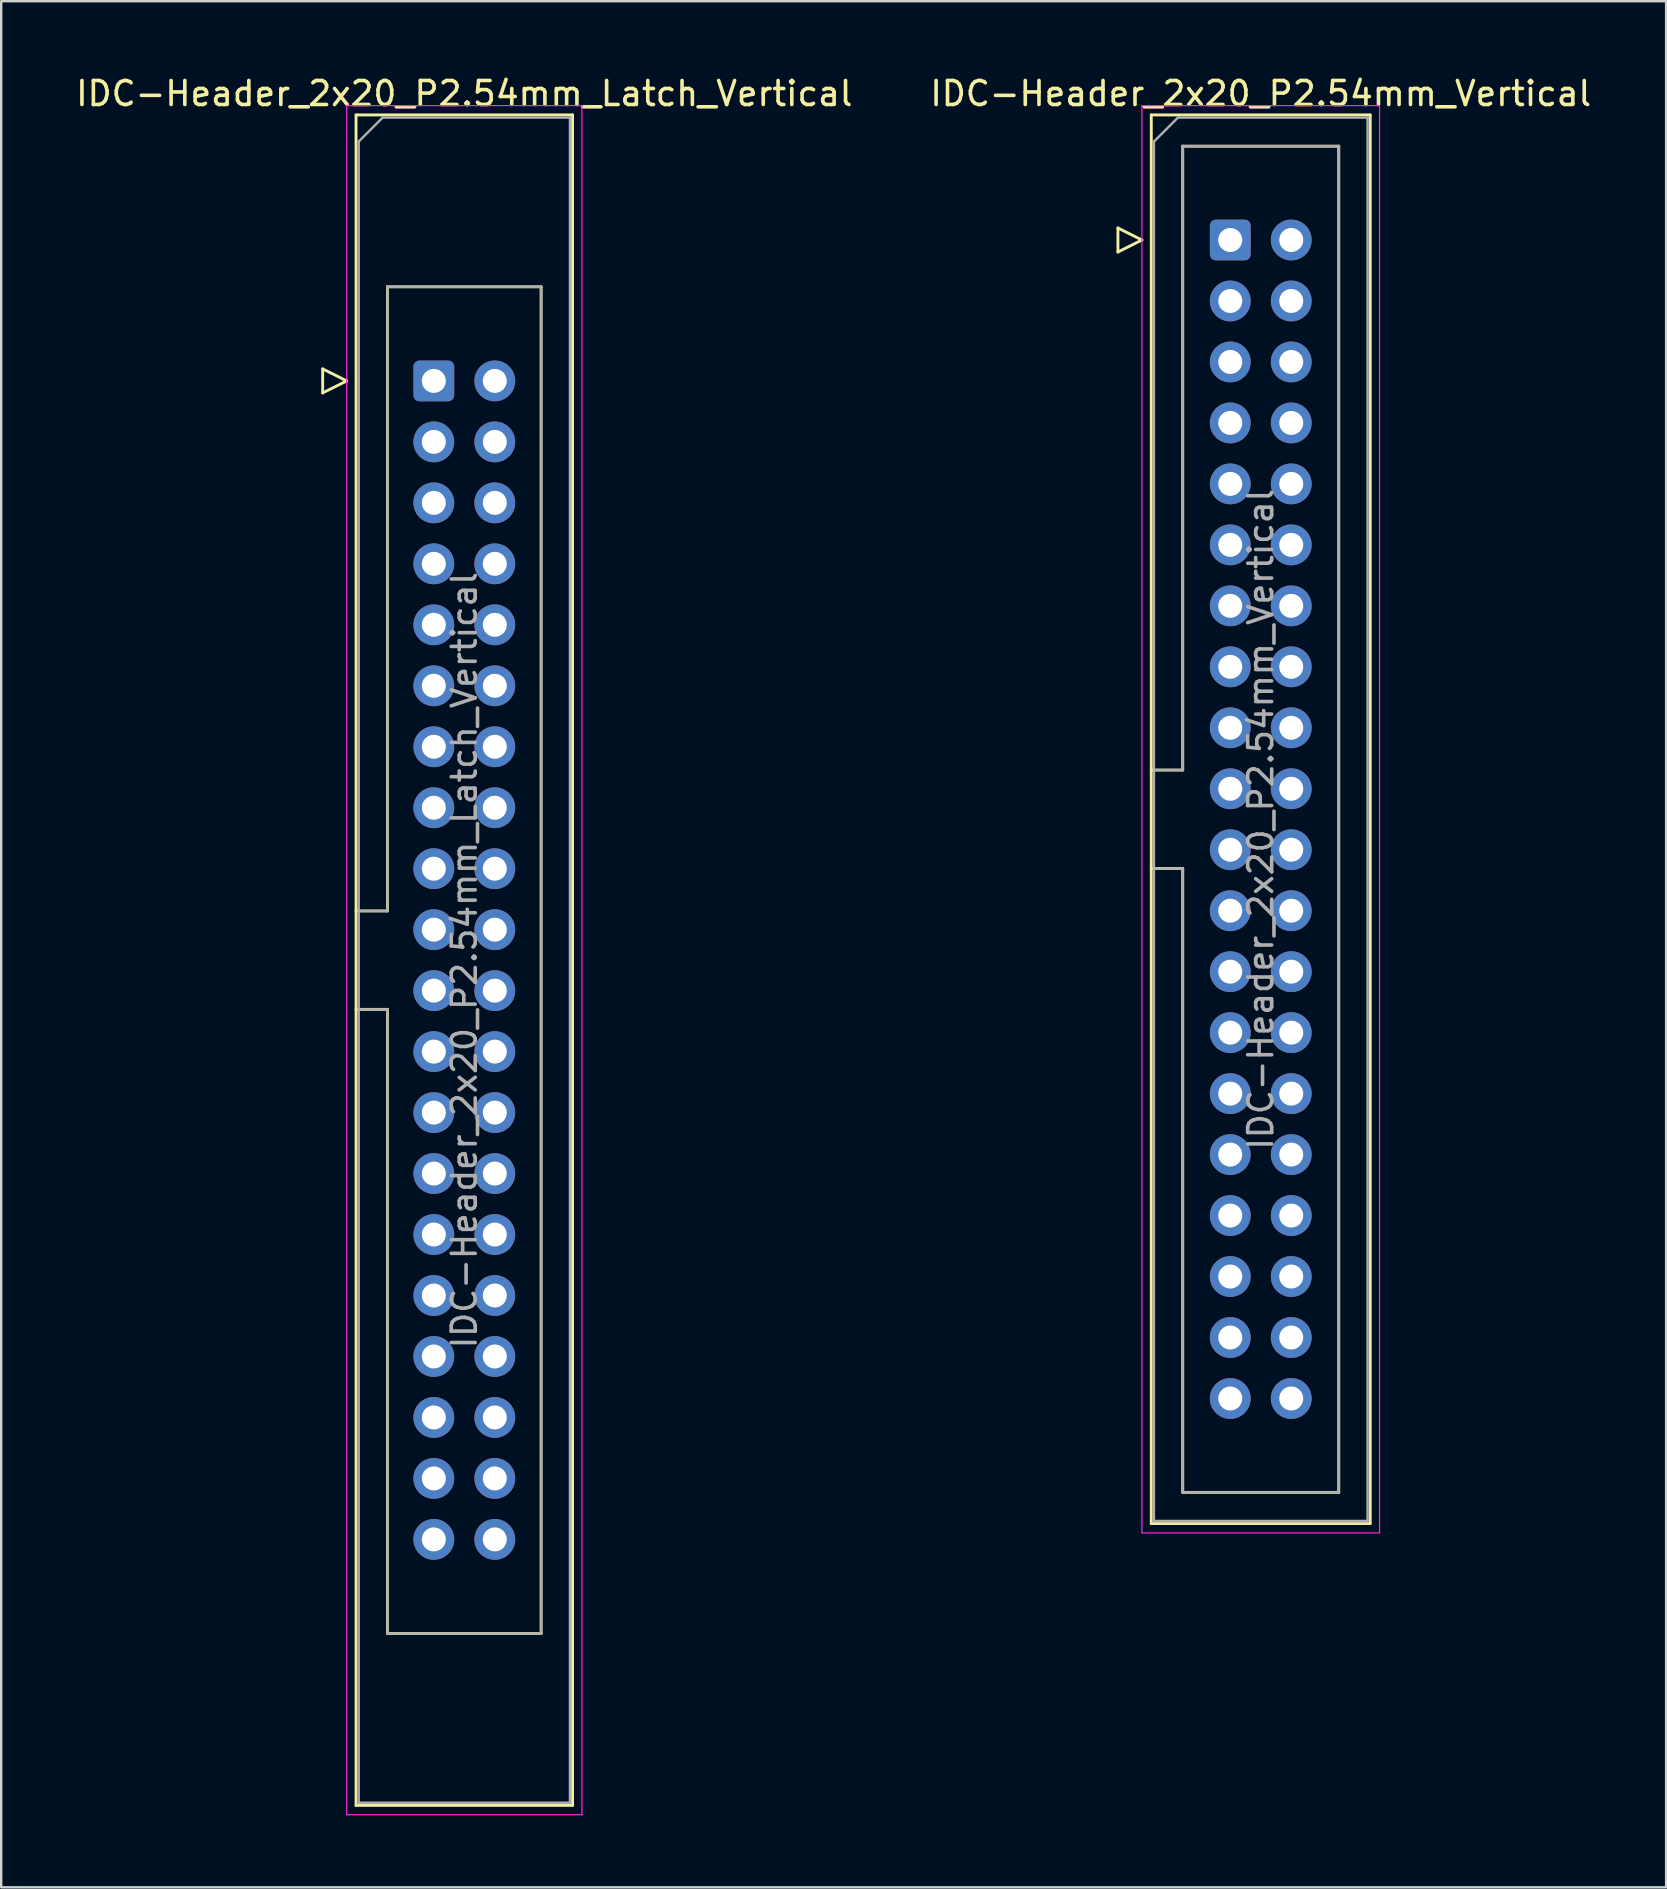
<source format=kicad_pcb>
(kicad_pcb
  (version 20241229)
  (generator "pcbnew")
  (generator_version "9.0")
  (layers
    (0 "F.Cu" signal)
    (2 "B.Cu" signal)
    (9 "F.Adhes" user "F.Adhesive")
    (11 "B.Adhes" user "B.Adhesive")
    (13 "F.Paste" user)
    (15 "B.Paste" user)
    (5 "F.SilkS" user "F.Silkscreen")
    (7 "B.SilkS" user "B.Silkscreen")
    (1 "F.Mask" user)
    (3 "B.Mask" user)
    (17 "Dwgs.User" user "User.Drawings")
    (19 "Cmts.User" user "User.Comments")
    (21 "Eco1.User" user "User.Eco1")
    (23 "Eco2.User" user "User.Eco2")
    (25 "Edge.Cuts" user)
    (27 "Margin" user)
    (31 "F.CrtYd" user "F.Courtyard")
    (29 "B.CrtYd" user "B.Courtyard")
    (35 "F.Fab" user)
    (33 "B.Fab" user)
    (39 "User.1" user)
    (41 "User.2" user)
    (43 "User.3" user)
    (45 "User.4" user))
  (footprint "IDC-Header_2x20_P2.54mm_Vertical"
    (layer "F.Cu")
    (at 48.2 6.948)
    (property "Reference" "IDC-Header_2x20_P2.54mm_Vertical" (at 1.27 -6.1 0) (layer "F.SilkS") (effects (font (size 1 1) (thickness 0.15))))
    (attr through_hole)
    (fp_line (start -4.68 -0.5) (end -4.68 0.5) (stroke (width 0.12) (type solid)) (layer "F.SilkS"))
    (fp_line (start -4.68 0.5) (end -3.68 0) (stroke (width 0.12) (type solid)) (layer "F.SilkS"))
    (fp_line (start -3.68 0) (end -4.68 -0.5) (stroke (width 0.12) (type solid)) (layer "F.SilkS"))
    (fp_line (start -3.29 -5.21) (end 5.83 -5.21) (stroke (width 0.12) (type solid)) (layer "F.SilkS"))
    (fp_line (start -3.29 22.08) (end -1.98 22.08) (stroke (width 0.12) (type solid)) (layer "F.SilkS"))
    (fp_line (start -3.29 53.47) (end -3.29 -5.21) (stroke (width 0.12) (type solid)) (layer "F.SilkS"))
    (fp_line (start -1.98 -3.91) (end 4.52 -3.91) (stroke (width 0.12) (type solid)) (layer "F.SilkS"))
    (fp_line (start -1.98 22.08) (end -1.98 -3.91) (stroke (width 0.12) (type solid)) (layer "F.SilkS"))
    (fp_line (start -1.98 26.18) (end -3.29 26.18) (stroke (width 0.12) (type solid)) (layer "F.SilkS"))
    (fp_line (start -1.98 52.17) (end -1.98 26.18) (stroke (width 0.12) (type solid)) (layer "F.SilkS"))
    (fp_line (start 4.52 -3.91) (end 4.52 52.17) (stroke (width 0.12) (type solid)) (layer "F.SilkS"))
    (fp_line (start 4.52 52.17) (end -1.98 52.17) (stroke (width 0.12) (type solid)) (layer "F.SilkS"))
    (fp_line (start 5.83 -5.21) (end 5.83 53.47) (stroke (width 0.12) (type solid)) (layer "F.SilkS"))
    (fp_line (start 5.83 53.47) (end -3.29 53.47) (stroke (width 0.12) (type solid)) (layer "F.SilkS"))
    (fp_line (start -3.68 -5.6) (end -3.68 53.86) (stroke (width 0.05) (type solid)) (layer "F.CrtYd"))
    (fp_line (start -3.68 53.86) (end 6.22 53.86) (stroke (width 0.05) (type solid)) (layer "F.CrtYd"))
    (fp_line (start 6.22 -5.6) (end -3.68 -5.6) (stroke (width 0.05) (type solid)) (layer "F.CrtYd"))
    (fp_line (start 6.22 53.86) (end 6.22 -5.6) (stroke (width 0.05) (type solid)) (layer "F.CrtYd"))
    (fp_line (start -3.18 -4.1) (end -2.18 -5.1) (stroke (width 0.1) (type solid)) (layer "F.Fab"))
    (fp_line (start -3.18 22.08) (end -1.98 22.08) (stroke (width 0.1) (type solid)) (layer "F.Fab"))
    (fp_line (start -3.18 53.36) (end -3.18 -4.1) (stroke (width 0.1) (type solid)) (layer "F.Fab"))
    (fp_line (start -2.18 -5.1) (end 5.72 -5.1) (stroke (width 0.1) (type solid)) (layer "F.Fab"))
    (fp_line (start -1.98 -3.91) (end 4.52 -3.91) (stroke (width 0.1) (type solid)) (layer "F.Fab"))
    (fp_line (start -1.98 22.08) (end -1.98 -3.91) (stroke (width 0.1) (type solid)) (layer "F.Fab"))
    (fp_line (start -1.98 26.18) (end -3.18 26.18) (stroke (width 0.1) (type solid)) (layer "F.Fab"))
    (fp_line (start -1.98 52.17) (end -1.98 26.18) (stroke (width 0.1) (type solid)) (layer "F.Fab"))
    (fp_line (start 4.52 -3.91) (end 4.52 52.17) (stroke (width 0.1) (type solid)) (layer "F.Fab"))
    (fp_line (start 4.52 52.17) (end -1.98 52.17) (stroke (width 0.1) (type solid)) (layer "F.Fab"))
    (fp_line (start 5.72 -5.1) (end 5.72 53.36) (stroke (width 0.1) (type solid)) (layer "F.Fab"))
    (fp_line (start 5.72 53.36) (end -3.18 53.36) (stroke (width 0.1) (type solid)) (layer "F.Fab"))
    (fp_text user "${REFERENCE}" (at 1.27 24.13 90) (layer "F.Fab") (effects (font (size 1 1) (thickness 0.15))))
    (pad "1" thru_hole roundrect (at 0 0) (size 1.7 1.7) (drill 1) (layers "*.Cu" "*.Mask") (roundrect_rratio 0.147))
    (pad "2" thru_hole circle (at 2.54 0) (size 1.7 1.7) (drill 1) (layers "*.Cu" "*.Mask"))
    (pad "3" thru_hole circle (at 0 2.54) (size 1.7 1.7) (drill 1) (layers "*.Cu" "*.Mask"))
    (pad "4" thru_hole circle (at 2.54 2.54) (size 1.7 1.7) (drill 1) (layers "*.Cu" "*.Mask"))
    (pad "5" thru_hole circle (at 0 5.08) (size 1.7 1.7) (drill 1) (layers "*.Cu" "*.Mask"))
    (pad "6" thru_hole circle (at 2.54 5.08) (size 1.7 1.7) (drill 1) (layers "*.Cu" "*.Mask"))
    (pad "7" thru_hole circle (at 0 7.62) (size 1.7 1.7) (drill 1) (layers "*.Cu" "*.Mask"))
    (pad "8" thru_hole circle (at 2.54 7.62) (size 1.7 1.7) (drill 1) (layers "*.Cu" "*.Mask"))
    (pad "9" thru_hole circle (at 0 10.16) (size 1.7 1.7) (drill 1) (layers "*.Cu" "*.Mask"))
    (pad "10" thru_hole circle (at 2.54 10.16) (size 1.7 1.7) (drill 1) (layers "*.Cu" "*.Mask"))
    (pad "11" thru_hole circle (at 0 12.7) (size 1.7 1.7) (drill 1) (layers "*.Cu" "*.Mask"))
    (pad "12" thru_hole circle (at 2.54 12.7) (size 1.7 1.7) (drill 1) (layers "*.Cu" "*.Mask"))
    (pad "13" thru_hole circle (at 0 15.24) (size 1.7 1.7) (drill 1) (layers "*.Cu" "*.Mask"))
    (pad "14" thru_hole circle (at 2.54 15.24) (size 1.7 1.7) (drill 1) (layers "*.Cu" "*.Mask"))
    (pad "15" thru_hole circle (at 0 17.78) (size 1.7 1.7) (drill 1) (layers "*.Cu" "*.Mask"))
    (pad "16" thru_hole circle (at 2.54 17.78) (size 1.7 1.7) (drill 1) (layers "*.Cu" "*.Mask"))
    (pad "17" thru_hole circle (at 0 20.32) (size 1.7 1.7) (drill 1) (layers "*.Cu" "*.Mask"))
    (pad "18" thru_hole circle (at 2.54 20.32) (size 1.7 1.7) (drill 1) (layers "*.Cu" "*.Mask"))
    (pad "19" thru_hole circle (at 0 22.86) (size 1.7 1.7) (drill 1) (layers "*.Cu" "*.Mask"))
    (pad "20" thru_hole circle (at 2.54 22.86) (size 1.7 1.7) (drill 1) (layers "*.Cu" "*.Mask"))
    (pad "21" thru_hole circle (at 0 25.4) (size 1.7 1.7) (drill 1) (layers "*.Cu" "*.Mask"))
    (pad "22" thru_hole circle (at 2.54 25.4) (size 1.7 1.7) (drill 1) (layers "*.Cu" "*.Mask"))
    (pad "23" thru_hole circle (at 0 27.94) (size 1.7 1.7) (drill 1) (layers "*.Cu" "*.Mask"))
    (pad "24" thru_hole circle (at 2.54 27.94) (size 1.7 1.7) (drill 1) (layers "*.Cu" "*.Mask"))
    (pad "25" thru_hole circle (at 0 30.48) (size 1.7 1.7) (drill 1) (layers "*.Cu" "*.Mask"))
    (pad "26" thru_hole circle (at 2.54 30.48) (size 1.7 1.7) (drill 1) (layers "*.Cu" "*.Mask"))
    (pad "27" thru_hole circle (at 0 33.02) (size 1.7 1.7) (drill 1) (layers "*.Cu" "*.Mask"))
    (pad "28" thru_hole circle (at 2.54 33.02) (size 1.7 1.7) (drill 1) (layers "*.Cu" "*.Mask"))
    (pad "29" thru_hole circle (at 0 35.56) (size 1.7 1.7) (drill 1) (layers "*.Cu" "*.Mask"))
    (pad "30" thru_hole circle (at 2.54 35.56) (size 1.7 1.7) (drill 1) (layers "*.Cu" "*.Mask"))
    (pad "31" thru_hole circle (at 0 38.1) (size 1.7 1.7) (drill 1) (layers "*.Cu" "*.Mask"))
    (pad "32" thru_hole circle (at 2.54 38.1) (size 1.7 1.7) (drill 1) (layers "*.Cu" "*.Mask"))
    (pad "33" thru_hole circle (at 0 40.64) (size 1.7 1.7) (drill 1) (layers "*.Cu" "*.Mask"))
    (pad "34" thru_hole circle (at 2.54 40.64) (size 1.7 1.7) (drill 1) (layers "*.Cu" "*.Mask"))
    (pad "35" thru_hole circle (at 0 43.18) (size 1.7 1.7) (drill 1) (layers "*.Cu" "*.Mask"))
    (pad "36" thru_hole circle (at 2.54 43.18) (size 1.7 1.7) (drill 1) (layers "*.Cu" "*.Mask"))
    (pad "37" thru_hole circle (at 0 45.72) (size 1.7 1.7) (drill 1) (layers "*.Cu" "*.Mask"))
    (pad "38" thru_hole circle (at 2.54 45.72) (size 1.7 1.7) (drill 1) (layers "*.Cu" "*.Mask"))
    (pad "39" thru_hole circle (at 0 48.26) (size 1.7 1.7) (drill 1) (layers "*.Cu" "*.Mask"))
    (pad "40" thru_hole circle (at 2.54 48.26) (size 1.7 1.7) (drill 1) (layers "*.Cu" "*.Mask")))
  (footprint "IDC-Header_2x20_P2.54mm_Latch_Vertical"
    (layer "F.Cu")
    (at 15.022 12.818)
    (property "Reference" "IDC-Header_2x20_P2.54mm_Latch_Vertical" (at 1.27 -11.97 0) (layer "F.SilkS") (effects (font (size 1 1) (thickness 0.15))))
    (attr through_hole)
    (fp_line (start -4.63 -0.5) (end -4.63 0.5) (stroke (width 0.12) (type solid)) (layer "F.SilkS"))
    (fp_line (start -4.63 0.5) (end -3.63 0) (stroke (width 0.12) (type solid)) (layer "F.SilkS"))
    (fp_line (start -3.63 0) (end -4.63 -0.5) (stroke (width 0.12) (type solid)) (layer "F.SilkS"))
    (fp_line (start -3.24 -11.08) (end 5.78 -11.08) (stroke (width 0.12) (type solid)) (layer "F.SilkS"))
    (fp_line (start -3.24 22.08) (end -1.93 22.08) (stroke (width 0.12) (type solid)) (layer "F.SilkS"))
    (fp_line (start -3.24 59.34) (end -3.24 -11.08) (stroke (width 0.12) (type solid)) (layer "F.SilkS"))
    (fp_line (start -1.93 -3.92) (end 4.47 -3.92) (stroke (width 0.12) (type solid)) (layer "F.SilkS"))
    (fp_line (start -1.93 22.08) (end -1.93 -3.92) (stroke (width 0.12) (type solid)) (layer "F.SilkS"))
    (fp_line (start -1.93 26.18) (end -3.24 26.18) (stroke (width 0.12) (type solid)) (layer "F.SilkS"))
    (fp_line (start -1.93 52.18) (end -1.93 26.18) (stroke (width 0.12) (type solid)) (layer "F.SilkS"))
    (fp_line (start 4.47 -3.92) (end 4.47 52.18) (stroke (width 0.12) (type solid)) (layer "F.SilkS"))
    (fp_line (start 4.47 52.18) (end -1.93 52.18) (stroke (width 0.12) (type solid)) (layer "F.SilkS"))
    (fp_line (start 5.78 -11.08) (end 5.78 59.34) (stroke (width 0.12) (type solid)) (layer "F.SilkS"))
    (fp_line (start 5.78 59.34) (end -3.24 59.34) (stroke (width 0.12) (type solid)) (layer "F.SilkS"))
    (fp_line (start -3.63 -11.47) (end -3.63 59.73) (stroke (width 0.05) (type solid)) (layer "F.CrtYd"))
    (fp_line (start -3.63 59.73) (end 6.17 59.73) (stroke (width 0.05) (type solid)) (layer "F.CrtYd"))
    (fp_line (start 6.17 -11.47) (end -3.63 -11.47) (stroke (width 0.05) (type solid)) (layer "F.CrtYd"))
    (fp_line (start 6.17 59.73) (end 6.17 -11.47) (stroke (width 0.05) (type solid)) (layer "F.CrtYd"))
    (fp_line (start -3.13 -9.97) (end -2.13 -10.97) (stroke (width 0.1) (type solid)) (layer "F.Fab"))
    (fp_line (start -3.13 22.08) (end -1.93 22.08) (stroke (width 0.1) (type solid)) (layer "F.Fab"))
    (fp_line (start -3.13 59.23) (end -3.13 -9.97) (stroke (width 0.1) (type solid)) (layer "F.Fab"))
    (fp_line (start -2.13 -10.97) (end 5.67 -10.97) (stroke (width 0.1) (type solid)) (layer "F.Fab"))
    (fp_line (start -1.93 -3.92) (end 4.47 -3.92) (stroke (width 0.1) (type solid)) (layer "F.Fab"))
    (fp_line (start -1.93 22.08) (end -1.93 -3.92) (stroke (width 0.1) (type solid)) (layer "F.Fab"))
    (fp_line (start -1.93 26.18) (end -3.13 26.18) (stroke (width 0.1) (type solid)) (layer "F.Fab"))
    (fp_line (start -1.93 52.18) (end -1.93 26.18) (stroke (width 0.1) (type solid)) (layer "F.Fab"))
    (fp_line (start 4.47 -3.92) (end 4.47 52.18) (stroke (width 0.1) (type solid)) (layer "F.Fab"))
    (fp_line (start 4.47 52.18) (end -1.93 52.18) (stroke (width 0.1) (type solid)) (layer "F.Fab"))
    (fp_line (start 5.67 -10.97) (end 5.67 59.23) (stroke (width 0.1) (type solid)) (layer "F.Fab"))
    (fp_line (start 5.67 59.23) (end -3.13 59.23) (stroke (width 0.1) (type solid)) (layer "F.Fab"))
    (fp_text user "${REFERENCE}" (at 1.27 24.13 90) (layer "F.Fab") (effects (font (size 1 1) (thickness 0.15))))
    (pad "1" thru_hole roundrect (at 0 0) (size 1.7 1.7) (drill 1) (layers "*.Cu" "*.Mask") (roundrect_rratio 0.147))
    (pad "2" thru_hole circle (at 2.54 0) (size 1.7 1.7) (drill 1) (layers "*.Cu" "*.Mask"))
    (pad "3" thru_hole circle (at 0 2.54) (size 1.7 1.7) (drill 1) (layers "*.Cu" "*.Mask"))
    (pad "4" thru_hole circle (at 2.54 2.54) (size 1.7 1.7) (drill 1) (layers "*.Cu" "*.Mask"))
    (pad "5" thru_hole circle (at 0 5.08) (size 1.7 1.7) (drill 1) (layers "*.Cu" "*.Mask"))
    (pad "6" thru_hole circle (at 2.54 5.08) (size 1.7 1.7) (drill 1) (layers "*.Cu" "*.Mask"))
    (pad "7" thru_hole circle (at 0 7.62) (size 1.7 1.7) (drill 1) (layers "*.Cu" "*.Mask"))
    (pad "8" thru_hole circle (at 2.54 7.62) (size 1.7 1.7) (drill 1) (layers "*.Cu" "*.Mask"))
    (pad "9" thru_hole circle (at 0 10.16) (size 1.7 1.7) (drill 1) (layers "*.Cu" "*.Mask"))
    (pad "10" thru_hole circle (at 2.54 10.16) (size 1.7 1.7) (drill 1) (layers "*.Cu" "*.Mask"))
    (pad "11" thru_hole circle (at 0 12.7) (size 1.7 1.7) (drill 1) (layers "*.Cu" "*.Mask"))
    (pad "12" thru_hole circle (at 2.54 12.7) (size 1.7 1.7) (drill 1) (layers "*.Cu" "*.Mask"))
    (pad "13" thru_hole circle (at 0 15.24) (size 1.7 1.7) (drill 1) (layers "*.Cu" "*.Mask"))
    (pad "14" thru_hole circle (at 2.54 15.24) (size 1.7 1.7) (drill 1) (layers "*.Cu" "*.Mask"))
    (pad "15" thru_hole circle (at 0 17.78) (size 1.7 1.7) (drill 1) (layers "*.Cu" "*.Mask"))
    (pad "16" thru_hole circle (at 2.54 17.78) (size 1.7 1.7) (drill 1) (layers "*.Cu" "*.Mask"))
    (pad "17" thru_hole circle (at 0 20.32) (size 1.7 1.7) (drill 1) (layers "*.Cu" "*.Mask"))
    (pad "18" thru_hole circle (at 2.54 20.32) (size 1.7 1.7) (drill 1) (layers "*.Cu" "*.Mask"))
    (pad "19" thru_hole circle (at 0 22.86) (size 1.7 1.7) (drill 1) (layers "*.Cu" "*.Mask"))
    (pad "20" thru_hole circle (at 2.54 22.86) (size 1.7 1.7) (drill 1) (layers "*.Cu" "*.Mask"))
    (pad "21" thru_hole circle (at 0 25.4) (size 1.7 1.7) (drill 1) (layers "*.Cu" "*.Mask"))
    (pad "22" thru_hole circle (at 2.54 25.4) (size 1.7 1.7) (drill 1) (layers "*.Cu" "*.Mask"))
    (pad "23" thru_hole circle (at 0 27.94) (size 1.7 1.7) (drill 1) (layers "*.Cu" "*.Mask"))
    (pad "24" thru_hole circle (at 2.54 27.94) (size 1.7 1.7) (drill 1) (layers "*.Cu" "*.Mask"))
    (pad "25" thru_hole circle (at 0 30.48) (size 1.7 1.7) (drill 1) (layers "*.Cu" "*.Mask"))
    (pad "26" thru_hole circle (at 2.54 30.48) (size 1.7 1.7) (drill 1) (layers "*.Cu" "*.Mask"))
    (pad "27" thru_hole circle (at 0 33.02) (size 1.7 1.7) (drill 1) (layers "*.Cu" "*.Mask"))
    (pad "28" thru_hole circle (at 2.54 33.02) (size 1.7 1.7) (drill 1) (layers "*.Cu" "*.Mask"))
    (pad "29" thru_hole circle (at 0 35.56) (size 1.7 1.7) (drill 1) (layers "*.Cu" "*.Mask"))
    (pad "30" thru_hole circle (at 2.54 35.56) (size 1.7 1.7) (drill 1) (layers "*.Cu" "*.Mask"))
    (pad "31" thru_hole circle (at 0 38.1) (size 1.7 1.7) (drill 1) (layers "*.Cu" "*.Mask"))
    (pad "32" thru_hole circle (at 2.54 38.1) (size 1.7 1.7) (drill 1) (layers "*.Cu" "*.Mask"))
    (pad "33" thru_hole circle (at 0 40.64) (size 1.7 1.7) (drill 1) (layers "*.Cu" "*.Mask"))
    (pad "34" thru_hole circle (at 2.54 40.64) (size 1.7 1.7) (drill 1) (layers "*.Cu" "*.Mask"))
    (pad "35" thru_hole circle (at 0 43.18) (size 1.7 1.7) (drill 1) (layers "*.Cu" "*.Mask"))
    (pad "36" thru_hole circle (at 2.54 43.18) (size 1.7 1.7) (drill 1) (layers "*.Cu" "*.Mask"))
    (pad "37" thru_hole circle (at 0 45.72) (size 1.7 1.7) (drill 1) (layers "*.Cu" "*.Mask"))
    (pad "38" thru_hole circle (at 2.54 45.72) (size 1.7 1.7) (drill 1) (layers "*.Cu" "*.Mask"))
    (pad "39" thru_hole circle (at 0 48.26) (size 1.7 1.7) (drill 1) (layers "*.Cu" "*.Mask"))
    (pad "40" thru_hole circle (at 2.54 48.26) (size 1.7 1.7) (drill 1) (layers "*.Cu" "*.Mask")))
  (gr_rect
    (start -3 -3)
    (end 66.357 75.573)
    (stroke (width 0.1) (type default))
    (fill no)
    (layer "Edge.Cuts")))
</source>
